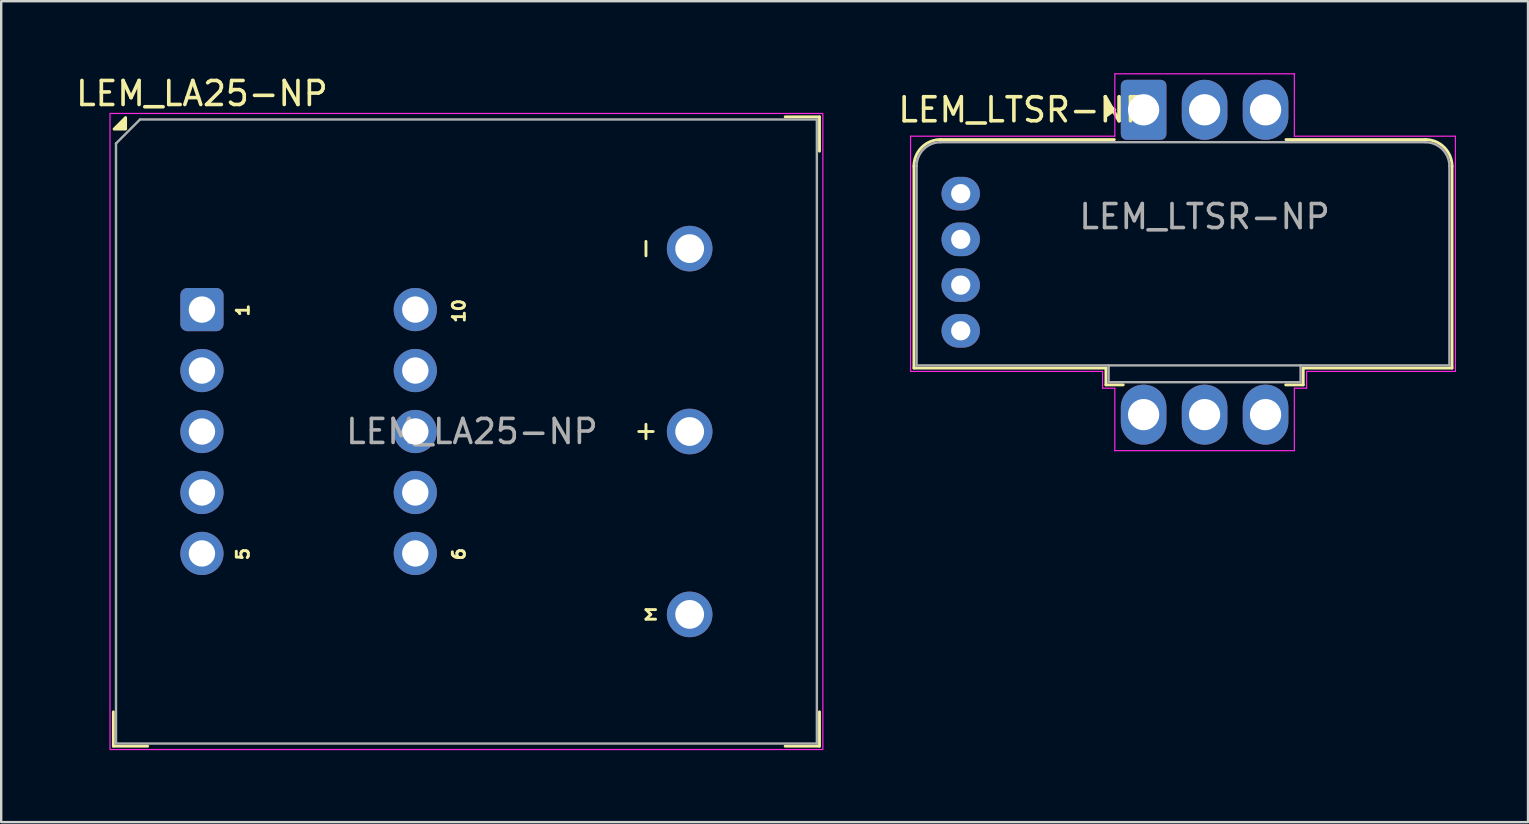
<source format=kicad_pcb>
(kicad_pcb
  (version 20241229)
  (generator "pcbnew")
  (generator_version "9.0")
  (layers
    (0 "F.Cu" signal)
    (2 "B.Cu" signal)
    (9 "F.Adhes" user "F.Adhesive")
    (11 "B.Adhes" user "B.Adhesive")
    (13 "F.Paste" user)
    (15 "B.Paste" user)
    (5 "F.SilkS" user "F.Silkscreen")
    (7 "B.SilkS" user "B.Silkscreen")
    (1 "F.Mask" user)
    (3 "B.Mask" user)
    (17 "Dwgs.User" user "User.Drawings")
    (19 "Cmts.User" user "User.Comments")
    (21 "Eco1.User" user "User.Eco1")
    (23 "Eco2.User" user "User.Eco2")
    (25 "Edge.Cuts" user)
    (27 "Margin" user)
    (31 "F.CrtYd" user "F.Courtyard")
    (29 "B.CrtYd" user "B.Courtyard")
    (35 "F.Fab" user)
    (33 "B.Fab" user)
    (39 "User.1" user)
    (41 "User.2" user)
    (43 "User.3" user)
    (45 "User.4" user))
  (footprint "LEM_LTSR-NP"
    (layer "F.Cu")
    (at 44.597 1.525)
    (property "Reference" "LEM_LTSR-NP" (at -5 0 0) (layer "F.SilkS") (effects (font (size 1 1) (thickness 0.15))))
    (attr through_hole)
    (fp_line (start -9.57 10.76) (end -9.57 2.36) (stroke (width 0.12) (type solid)) (layer "F.SilkS"))
    (fp_line (start -9.57 10.76) (end -1.57 10.76) (stroke (width 0.12) (type solid)) (layer "F.SilkS"))
    (fp_line (start -8.45 1.24) (end -1.22 1.24) (stroke (width 0.12) (type solid)) (layer "F.SilkS"))
    (fp_line (start -1.57 11.46) (end -1.57 10.76) (stroke (width 0.12) (type solid)) (layer "F.SilkS"))
    (fp_line (start -1.57 11.46) (end -0.85 11.46) (stroke (width 0.12) (type solid)) (layer "F.SilkS"))
    (fp_line (start 5.92 11.46) (end 6.65 11.46) (stroke (width 0.12) (type solid)) (layer "F.SilkS"))
    (fp_line (start 5.93 1.24) (end 11.74 1.24) (stroke (width 0.12) (type solid)) (layer "F.SilkS"))
    (fp_line (start 6.65 10.76) (end 12.85 10.76) (stroke (width 0.12) (type solid)) (layer "F.SilkS"))
    (fp_line (start 6.65 11.46) (end 6.65 10.76) (stroke (width 0.12) (type solid)) (layer "F.SilkS"))
    (fp_line (start 12.85 10.76) (end 12.85 2.35) (stroke (width 0.12) (type solid)) (layer "F.SilkS"))
    (fp_arc (start -9.57 2.35) (mid -9.244889 1.565111) (end -8.46 1.24) (stroke (width 0.12) (type solid)) (layer "F.SilkS"))
    (fp_arc (start 11.74 1.24) (mid 12.524889 1.565111) (end 12.85 2.35) (stroke (width 0.12) (type solid)) (layer "F.SilkS"))
    (fp_poly (pts (xy -1.2 0) (xy -1.53 0.24) (xy -1.53 -0.24) (xy -1.2 0)) (stroke (width 0.12) (type solid)) (fill yes) (layer "F.SilkS"))
    (fp_line (start -9.71 1.1) (end -9.71 10.9) (stroke (width 0.05) (type solid)) (layer "F.CrtYd"))
    (fp_line (start -9.71 1.1) (end -1.2 1.1) (stroke (width 0.05) (type solid)) (layer "F.CrtYd"))
    (fp_line (start -9.71 10.9) (end -1.71 10.9) (stroke (width 0.05) (type solid)) (layer "F.CrtYd"))
    (fp_line (start -1.71 11.6) (end -1.71 10.9) (stroke (width 0.05) (type solid)) (layer "F.CrtYd"))
    (fp_line (start -1.71 11.6) (end -1.2 11.6) (stroke (width 0.05) (type solid)) (layer "F.CrtYd"))
    (fp_line (start -1.2 -1.5) (end -1.2 1.1) (stroke (width 0.05) (type solid)) (layer "F.CrtYd"))
    (fp_line (start -1.2 -1.5) (end 6.28 -1.5) (stroke (width 0.05) (type solid)) (layer "F.CrtYd"))
    (fp_line (start -1.2 11.6) (end -1.2 14.2) (stroke (width 0.05) (type solid)) (layer "F.CrtYd"))
    (fp_line (start -1.2 14.2) (end 6.28 14.2) (stroke (width 0.05) (type solid)) (layer "F.CrtYd"))
    (fp_line (start 6.28 -1.5) (end 6.28 1.1) (stroke (width 0.05) (type solid)) (layer "F.CrtYd"))
    (fp_line (start 6.28 1.1) (end 12.99 1.1) (stroke (width 0.05) (type solid)) (layer "F.CrtYd"))
    (fp_line (start 6.28 11.6) (end 6.28 14.2) (stroke (width 0.05) (type solid)) (layer "F.CrtYd"))
    (fp_line (start 6.28 11.6) (end 6.79 11.6) (stroke (width 0.05) (type solid)) (layer "F.CrtYd"))
    (fp_line (start 6.79 10.9) (end 12.99 10.9) (stroke (width 0.05) (type solid)) (layer "F.CrtYd"))
    (fp_line (start 6.79 11.6) (end 6.79 10.9) (stroke (width 0.05) (type solid)) (layer "F.CrtYd"))
    (fp_line (start 12.99 1.1) (end 12.99 10.9) (stroke (width 0.05) (type solid)) (layer "F.CrtYd"))
    (fp_line (start -9.46 10.65) (end -9.46 2.35) (stroke (width 0.1) (type solid)) (layer "F.Fab"))
    (fp_line (start -9.46 10.65) (end 12.74 10.65) (stroke (width 0.1) (type solid)) (layer "F.Fab"))
    (fp_line (start -8.46 1.35) (end 11.74 1.35) (stroke (width 0.1) (type solid)) (layer "F.Fab"))
    (fp_line (start -1.46 11.35) (end -1.46 10.65) (stroke (width 0.1) (type solid)) (layer "F.Fab"))
    (fp_line (start -1.46 11.35) (end 6.54 11.35) (stroke (width 0.1) (type solid)) (layer "F.Fab"))
    (fp_line (start 6.54 11.35) (end 6.54 10.65) (stroke (width 0.1) (type solid)) (layer "F.Fab"))
    (fp_line (start 12.74 10.65) (end 12.74 2.35) (stroke (width 0.1) (type solid)) (layer "F.Fab"))
    (fp_arc (start -9.46 2.35) (mid -9.167107 1.642893) (end -8.46 1.35) (stroke (width 0.1) (type solid)) (layer "F.Fab"))
    (fp_arc (start 11.74 1.35) (mid 12.447107 1.642893) (end 12.74 2.35) (stroke (width 0.1) (type solid)) (layer "F.Fab"))
    (fp_text user "${REFERENCE}" (at 2.54 4.45 0) (layer "F.Fab") (effects (font (size 1 1) (thickness 0.15))))
    (pad "1" thru_hole roundrect (at 0 0) (size 1.9 2.5) (drill 1.3) (layers "*.Cu" "*.Mask") (roundrect_rratio 0.125))
    (pad "2" thru_hole oval (at 2.54 0) (size 1.9 2.5) (drill 1.3) (layers "*.Cu" "*.Mask"))
    (pad "3" thru_hole oval (at 5.08 0) (size 1.9 2.5) (drill 1.3) (layers "*.Cu" "*.Mask"))
    (pad "4" thru_hole oval (at 5.08 12.7) (size 1.9 2.5) (drill 1.3) (layers "*.Cu" "*.Mask"))
    (pad "5" thru_hole oval (at 2.54 12.7) (size 1.9 2.5) (drill 1.3) (layers "*.Cu" "*.Mask"))
    (pad "6" thru_hole oval (at 0 12.7) (size 1.9 2.5) (drill 1.3) (layers "*.Cu" "*.Mask"))
    (pad "7" thru_hole oval (at -7.62 9.207) (size 1.6 1.4) (drill 0.8) (layers "*.Cu" "*.Mask"))
    (pad "8" thru_hole oval (at -7.62 7.303) (size 1.6 1.4) (drill 0.8) (layers "*.Cu" "*.Mask"))
    (pad "9" thru_hole oval (at -7.62 5.397) (size 1.6 1.4) (drill 0.8) (layers "*.Cu" "*.Mask"))
    (pad "10" thru_hole oval (at -7.62 3.493) (size 1.6 1.4) (drill 0.8) (layers "*.Cu" "*.Mask")))
  (footprint "LEM_LA25-NP"
    (layer "F.Cu")
    (at 5.363 9.848)
    (property "Reference" "LEM_LA25-NP" (at 0 -9 0) (unlocked yes) (layer "F.SilkS") (effects (font (size 1 1) (thickness 0.15))))
    (attr through_hole)
    (fp_line (start -3.69 18.19) (end -3.69 16.76) (stroke (width 0.12) (type default)) (layer "F.SilkS"))
    (fp_line (start -3.69 18.19) (end -2.26 18.19) (stroke (width 0.12) (type default)) (layer "F.SilkS"))
    (fp_line (start 18.5 -2.84) (end 18.5 -2.24) (stroke (width 0.12) (type default)) (layer "F.SilkS"))
    (fp_line (start 18.5 4.78) (end 18.5 5.38) (stroke (width 0.12) (type default)) (layer "F.SilkS"))
    (fp_line (start 18.5 12.5) (end 18.7 12.7) (stroke (width 0.12) (type default)) (layer "F.SilkS"))
    (fp_line (start 18.5 12.9) (end 18.9 12.9) (stroke (width 0.12) (type default)) (layer "F.SilkS"))
    (fp_line (start 18.7 12.7) (end 18.5 12.9) (stroke (width 0.12) (type default)) (layer "F.SilkS"))
    (fp_line (start 18.8 5.08) (end 18.2 5.08) (stroke (width 0.12) (type default)) (layer "F.SilkS"))
    (fp_line (start 18.9 12.5) (end 18.5 12.5) (stroke (width 0.12) (type default)) (layer "F.SilkS"))
    (fp_line (start 25.73 -8.03) (end 24.3 -8.03) (stroke (width 0.12) (type default)) (layer "F.SilkS"))
    (fp_line (start 25.73 -8.03) (end 25.73 -6.6) (stroke (width 0.12) (type default)) (layer "F.SilkS"))
    (fp_line (start 25.73 18.19) (end 24.3 18.19) (stroke (width 0.12) (type default)) (layer "F.SilkS"))
    (fp_line (start 25.73 18.19) (end 25.73 16.76) (stroke (width 0.12) (type default)) (layer "F.SilkS"))
    (fp_poly (pts (xy -3.18 -7.52) (xy -3.18 -8) (xy -3.66 -7.52) (xy -3.18 -7.52)) (stroke (width 0.12) (type solid)) (fill yes) (layer "F.SilkS"))
    (fp_rect (start -3.83 -8.17) (end 25.87 18.33) (stroke (width 0.05) (type default)) (fill no) (layer "F.CrtYd"))
    (fp_line (start -3.58 -6.92) (end -3.58 18.08) (stroke (width 0.1) (type default)) (layer "F.Fab"))
    (fp_line (start -3.58 -6.92) (end -2.58 -7.92) (stroke (width 0.1) (type default)) (layer "F.Fab"))
    (fp_line (start -3.58 18.08) (end 25.62 18.08) (stroke (width 0.1) (type default)) (layer "F.Fab"))
    (fp_line (start 25.62 -7.92) (end -2.58 -7.92) (stroke (width 0.1) (type default)) (layer "F.Fab"))
    (fp_line (start 25.62 18.08) (end 25.62 -7.92) (stroke (width 0.1) (type default)) (layer "F.Fab"))
    (fp_text user "6" (at 11 9.87 90) (layer "F.SilkS") (effects (font (size 0.5 0.5) (thickness 0.12) (bold yes)) (justify right bottom)))
    (fp_text user "1" (at 2 -0.29 90) (layer "F.SilkS") (effects (font (size 0.5 0.5) (thickness 0.12)) (justify right bottom)))
    (fp_text user "5" (at 2 9.87 90) (layer "F.SilkS") (effects (font (size 0.5 0.5) (thickness 0.12) (bold yes)) (justify right bottom)))
    (fp_text user "10" (at 11 -0.5 90) (layer "F.SilkS") (effects (font (size 0.5 0.5) (thickness 0.12) (bold yes)) (justify right bottom)))
    (fp_text user "${REFERENCE}" (at 11.25 5.08 0) (unlocked yes) (layer "F.Fab") (effects (font (size 1 1) (thickness 0.15))))
    (pad "1" thru_hole roundrect (at 0 0 90) (size 1.8 1.8) (drill 1.1) (layers "*.Cu" "*.Mask") (roundrect_rratio 0.164))
    (pad "2" thru_hole circle (at 0 2.54 90) (size 1.8 1.8) (drill 1.1) (layers "*.Cu" "*.Mask"))
    (pad "3" thru_hole circle (at 0 5.08 90) (size 1.8 1.8) (drill 1.1) (layers "*.Cu" "*.Mask"))
    (pad "4" thru_hole circle (at 0 7.62 90) (size 1.8 1.8) (drill 1.1) (layers "*.Cu" "*.Mask"))
    (pad "5" thru_hole circle (at 0 10.16 90) (size 1.8 1.8) (drill 1.1) (layers "*.Cu" "*.Mask"))
    (pad "6" thru_hole circle (at 8.89 10.16 90) (size 1.8 1.8) (drill 1.1) (layers "*.Cu" "*.Mask"))
    (pad "7" thru_hole circle (at 8.89 7.62 90) (size 1.8 1.8) (drill 1.1) (layers "*.Cu" "*.Mask"))
    (pad "8" thru_hole circle (at 8.89 5.08 90) (size 1.8 1.8) (drill 1.1) (layers "*.Cu" "*.Mask"))
    (pad "9" thru_hole circle (at 8.89 2.54 90) (size 1.8 1.8) (drill 1.1) (layers "*.Cu" "*.Mask"))
    (pad "10" thru_hole circle (at 8.89 0 90) (size 1.8 1.8) (drill 1.1) (layers "*.Cu" "*.Mask"))
    (pad "11" thru_hole circle (at 20.32 -2.54 90) (size 1.9 1.9) (drill 1.2) (layers "*.Cu" "*.Mask"))
    (pad "12" thru_hole circle (at 20.32 5.08 90) (size 1.9 1.9) (drill 1.2) (layers "*.Cu" "*.Mask"))
    (pad "13" thru_hole circle (at 20.32 12.7 90) (size 1.9 1.9) (drill 1.2) (layers "*.Cu" "*.Mask")))
  (gr_rect
    (start -3 -3)
    (end 60.612 31.203)
    (stroke (width 0.1) (type default))
    (fill no)
    (layer "Edge.Cuts")))
</source>
